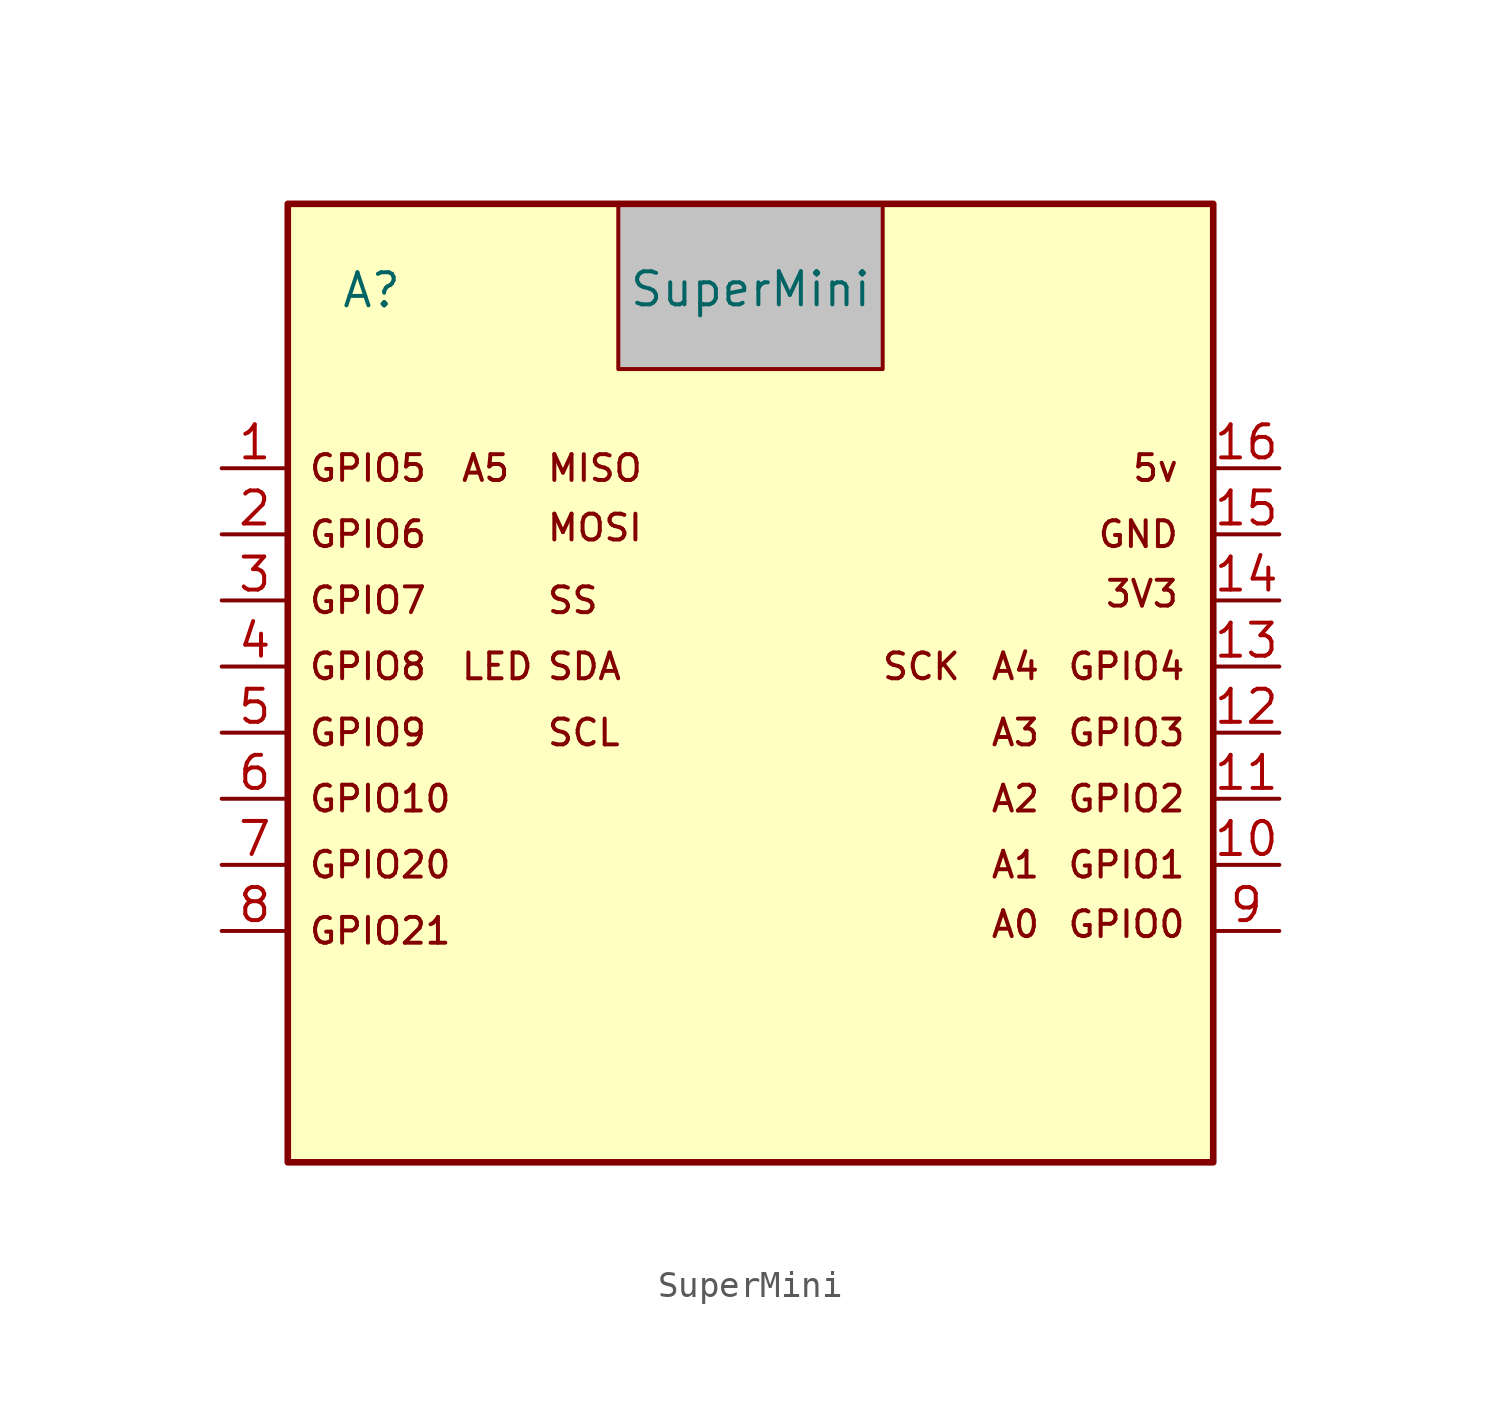
<source format=kicad_sym>
(kicad_symbol_lib
  (version 20231120)
  (generator "kicad_symbol_editor")
  (generator_version "8.0")
  (symbol "SuperMini"
    (pin_names hide)
    (property "Reference" "A"
      (at -15.748 -1.524 0)
      (effects (font (size 1.27 1.27)) (justify left bottom)))
    (property "Value" "SuperMini"
      (at 0 0 0)
      (effects (font (size 1.27 1.27)) (justify top)))
    (symbol "SuperMini_0_1"
      (rectangle (start -17.78 2.54) (end 17.78 -34.29) (stroke (width 0.254) (type solid)) (fill (type background))))
    (symbol "SuperMini_1_0"
      (text "3V3" (at 16.51 -12.446 0) (effects (font (size 0.991 0.991)) (justify right)))
      (text "5v" (at 16.51 -7.62 0) (effects (font (size 0.991 0.991)) (justify right)))
      (text "A0" (at 11.176 -25.146 0) (effects (font (size 0.991 0.991)) (justify right)))
      (text "A1" (at 11.176 -22.86 0) (effects (font (size 0.991 0.991)) (justify right)))
      (text "A2" (at 11.176 -20.32 0) (effects (font (size 0.991 0.991)) (justify right)))
      (text "A3" (at 11.176 -17.78 0) (effects (font (size 0.991 0.991)) (justify right)))
      (text "A4" (at 11.176 -15.24 0) (effects (font (size 0.991 0.991)) (justify right)))
      (text "A5" (at -11.176 -7.62 0) (effects (font (size 0.991 0.991)) (justify left)))
      (text "GPIO0" (at 16.764 -25.146 0) (effects (font (size 0.991 0.991)) (justify right)))
      (text "GPIO1" (at 16.764 -22.86 0) (effects (font (size 0.991 0.991)) (justify right)))
      (text "GPIO10" (at -17.018 -20.32 0) (effects (font (size 0.991 0.991)) (justify left)))
      (text "GPIO2" (at 16.764 -20.32 0) (effects (font (size 0.991 0.991)) (justify right)))
      (text "GPIO20" (at -17.018 -22.86 0) (effects (font (size 0.991 0.991)) (justify left)))
      (text "GPIO21" (at -17.018 -25.4 0) (effects (font (size 0.991 0.991)) (justify left)))
      (text "GPIO3" (at 16.764 -17.78 0) (effects (font (size 0.991 0.991)) (justify right)))
      (text "GPIO4" (at 16.764 -15.24 0) (effects (font (size 0.991 0.991)) (justify right)))
      (text "GPIO5" (at -17.018 -7.62 0) (effects (font (size 0.991 0.991)) (justify left)))
      (text "GPIO6" (at -17.018 -10.16 0) (effects (font (size 0.991 0.991)) (justify left)))
      (text "GPIO7" (at -17.018 -12.7 0) (effects (font (size 0.991 0.991)) (justify left)))
      (text "GPIO8" (at -17.018 -15.24 0) (effects (font (size 0.991 0.991)) (justify left)))
      (text "GPIO9" (at -17.018 -17.78 0) (effects (font (size 0.991 0.991)) (justify left)))
      (text "LED" (at -11.176 -15.24 0) (effects (font (size 0.991 0.991)) (justify left)))
      (text "MISO" (at -7.874 -7.62 0) (effects (font (size 0.991 0.991)) (justify left)))
      (text "MOSI" (at -7.874 -9.906 0) (effects (font (size 0.991 0.991)) (justify left)))
      (text "SCK" (at 8.128 -15.24 0) (effects (font (size 0.991 0.991)) (justify right)))
      (text "SCL" (at -7.874 -17.78 0) (effects (font (size 0.991 0.991)) (justify left)))
      (text "SDA" (at -7.874 -15.24 0) (effects (font (size 0.991 0.991)) (justify left)))
      (text "SS" (at -7.874 -12.7 0) (effects (font (size 0.991 0.991)) (justify left))))
    (symbol "SuperMini_1_1"
      (rectangle (start -5.08 2.54) (end 5.08 -3.81) (stroke (width 0) (type solid)) (fill (type color) (color 194 194 194 1)))
      (text "GND" (at 16.51 -10.16 0) (effects (font (size 0.991 0.991)) (justify right)))
      (pin bidirectional line (at -20.32 -7.62 0) (length 2.54) (name "GPIO5" (effects (font (size 1.27 1.27)))) (number "1" (effects (font (size 1.27 1.27)))))
      (pin bidirectional line (at 20.32 -22.86 180) (length 2.54) (name "GPIO1" (effects (font (size 1.27 1.27)))) (number "10" (effects (font (size 1.27 1.27)))))
      (pin bidirectional line (at 20.32 -20.32 180) (length 2.54) (name "GPIO2" (effects (font (size 1.27 1.27)))) (number "11" (effects (font (size 1.27 1.27)))))
      (pin bidirectional line (at 20.32 -17.78 180) (length 2.54) (name "GPIO3" (effects (font (size 1.27 1.27)))) (number "12" (effects (font (size 1.27 1.27)))))
      (pin bidirectional line (at 20.32 -15.24 180) (length 2.54) (name "GPIO4" (effects (font (size 1.27 1.27)))) (number "13" (effects (font (size 1.27 1.27)))))
      (pin power_out line (at 20.32 -12.7 180) (length 2.54) (name "3V3" (effects (font (size 1.27 1.27)))) (number "14" (effects (font (size 1.27 1.27)))))
      (pin power_in line (at 20.32 -10.16 180) (length 2.54) (name "GND" (effects (font (size 1.27 1.27)))) (number "15" (effects (font (size 1.27 1.27)))))
      (pin power_in line (at 20.32 -7.62 180) (length 2.54) (name "5v" (effects (font (size 1.27 1.27)))) (number "16" (effects (font (size 1.27 1.27)))))
      (pin bidirectional line (at -20.32 -10.16 0) (length 2.54) (name "GPIO6" (effects (font (size 1.27 1.27)))) (number "2" (effects (font (size 1.27 1.27)))))
      (pin bidirectional line (at -20.32 -12.7 0) (length 2.54) (name "GPIO7" (effects (font (size 1.27 1.27)))) (number "3" (effects (font (size 1.27 1.27)))))
      (pin bidirectional line (at -20.32 -15.24 0) (length 2.54) (name "GPIO8" (effects (font (size 1.27 1.27)))) (number "4" (effects (font (size 1.27 1.27)))))
      (pin bidirectional line (at -20.32 -17.78 0) (length 2.54) (name "GPIO9" (effects (font (size 1.27 1.27)))) (number "5" (effects (font (size 1.27 1.27)))))
      (pin bidirectional line (at -20.32 -20.32 0) (length 2.54) (name "GPIO10" (effects (font (size 1.27 1.27)))) (number "6" (effects (font (size 1.27 1.27)))))
      (pin bidirectional line (at -20.32 -22.86 0) (length 2.54) (name "GPIO20" (effects (font (size 1.27 1.27)))) (number "7" (effects (font (size 1.27 1.27)))))
      (pin bidirectional line (at -20.32 -25.4 0) (length 2.54) (name "GPIO21" (effects (font (size 1.27 1.27)))) (number "8" (effects (font (size 1.27 1.27)))))
      (pin bidirectional line (at 20.32 -25.4 180) (length 2.54) (name "GPIO0" (effects (font (size 1.27 1.27)))) (number "9" (effects (font (size 1.27 1.27))))))))
</source>
